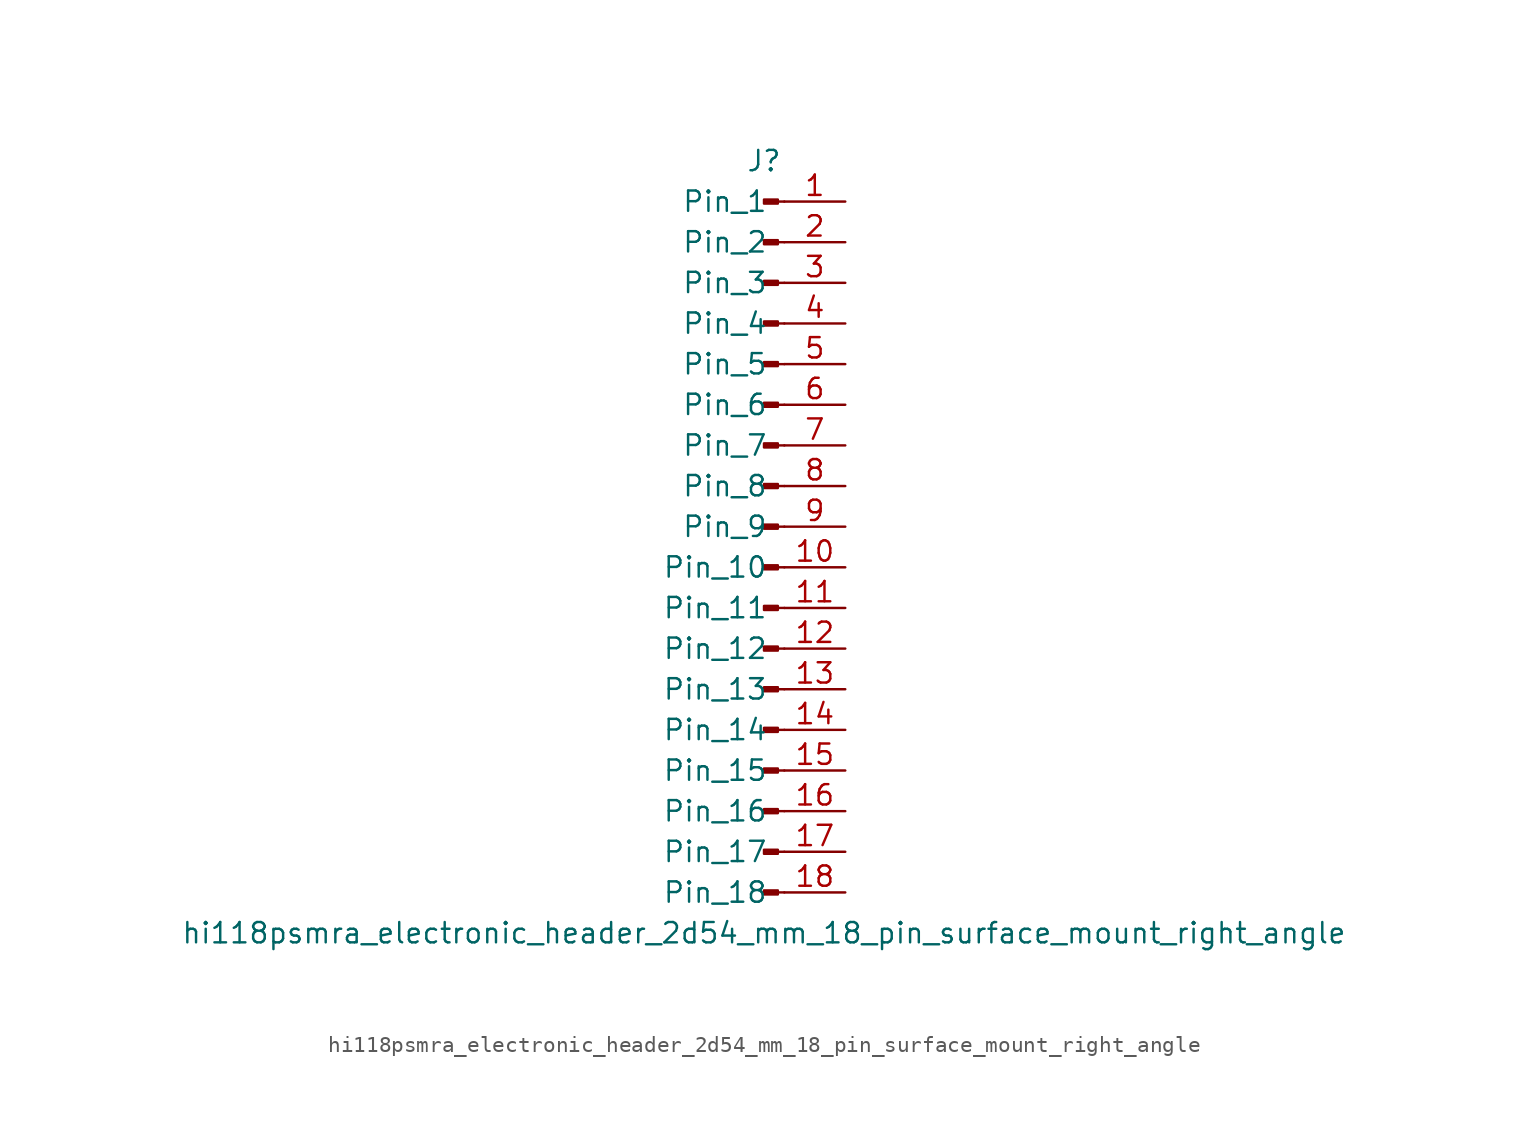
<source format=kicad_sym>
(kicad_symbol_lib
  (version 20220914)
  (generator kicad_symbol_editor)
  (symbol "hi118psmra_electronic_header_2d54_mm_18_pin_surface_mount_right_angle"
    (pin_names
      (offset 1.016))
    (property "Reference" "J"
      (at 0 22.86 0)
      (effects (font (size 1.27 1.27))))
    (property "Value" "hi118psmra_electronic_header_2d54_mm_18_pin_surface_mount_right_angle"
      (at 0 -25.4 0)
      (effects (font (size 1.27 1.27))))
    (property "ki_locked" ""
      (at 0 0 0)
      (effects (font (size 1.27 1.27))))
    (symbol "hi118psmra_electronic_header_2d54_mm_18_pin_surface_mount_right_angle_1_1"
      (polyline (pts (xy 1.27 -22.86) (xy 0.864 -22.86)) (stroke (width 0.152) (type default)) (fill (type none)))
      (polyline (pts (xy 1.27 -20.32) (xy 0.864 -20.32)) (stroke (width 0.152) (type default)) (fill (type none)))
      (polyline (pts (xy 1.27 -17.78) (xy 0.864 -17.78)) (stroke (width 0.152) (type default)) (fill (type none)))
      (polyline (pts (xy 1.27 -15.24) (xy 0.864 -15.24)) (stroke (width 0.152) (type default)) (fill (type none)))
      (polyline (pts (xy 1.27 -12.7) (xy 0.864 -12.7)) (stroke (width 0.152) (type default)) (fill (type none)))
      (polyline (pts (xy 1.27 -10.16) (xy 0.864 -10.16)) (stroke (width 0.152) (type default)) (fill (type none)))
      (polyline (pts (xy 1.27 -7.62) (xy 0.864 -7.62)) (stroke (width 0.152) (type default)) (fill (type none)))
      (polyline (pts (xy 1.27 -5.08) (xy 0.864 -5.08)) (stroke (width 0.152) (type default)) (fill (type none)))
      (polyline (pts (xy 1.27 -2.54) (xy 0.864 -2.54)) (stroke (width 0.152) (type default)) (fill (type none)))
      (polyline (pts (xy 1.27 0) (xy 0.864 0)) (stroke (width 0.152) (type default)) (fill (type none)))
      (polyline (pts (xy 1.27 2.54) (xy 0.864 2.54)) (stroke (width 0.152) (type default)) (fill (type none)))
      (polyline (pts (xy 1.27 5.08) (xy 0.864 5.08)) (stroke (width 0.152) (type default)) (fill (type none)))
      (polyline (pts (xy 1.27 7.62) (xy 0.864 7.62)) (stroke (width 0.152) (type default)) (fill (type none)))
      (polyline (pts (xy 1.27 10.16) (xy 0.864 10.16)) (stroke (width 0.152) (type default)) (fill (type none)))
      (polyline (pts (xy 1.27 12.7) (xy 0.864 12.7)) (stroke (width 0.152) (type default)) (fill (type none)))
      (polyline (pts (xy 1.27 15.24) (xy 0.864 15.24)) (stroke (width 0.152) (type default)) (fill (type none)))
      (polyline (pts (xy 1.27 17.78) (xy 0.864 17.78)) (stroke (width 0.152) (type default)) (fill (type none)))
      (polyline (pts (xy 1.27 20.32) (xy 0.864 20.32)) (stroke (width 0.152) (type default)) (fill (type none)))
      (rectangle (start 0.864 -22.733) (end 0 -22.987) (stroke (width 0.152) (type default)) (fill (type outline)))
      (rectangle (start 0.864 -20.193) (end 0 -20.447) (stroke (width 0.152) (type default)) (fill (type outline)))
      (rectangle (start 0.864 -17.653) (end 0 -17.907) (stroke (width 0.152) (type default)) (fill (type outline)))
      (rectangle (start 0.864 -15.113) (end 0 -15.367) (stroke (width 0.152) (type default)) (fill (type outline)))
      (rectangle (start 0.864 -12.573) (end 0 -12.827) (stroke (width 0.152) (type default)) (fill (type outline)))
      (rectangle (start 0.864 -10.033) (end 0 -10.287) (stroke (width 0.152) (type default)) (fill (type outline)))
      (rectangle (start 0.864 -7.493) (end 0 -7.747) (stroke (width 0.152) (type default)) (fill (type outline)))
      (rectangle (start 0.864 -4.953) (end 0 -5.207) (stroke (width 0.152) (type default)) (fill (type outline)))
      (rectangle (start 0.864 -2.413) (end 0 -2.667) (stroke (width 0.152) (type default)) (fill (type outline)))
      (rectangle (start 0.864 0.127) (end 0 -0.127) (stroke (width 0.152) (type default)) (fill (type outline)))
      (rectangle (start 0.864 2.667) (end 0 2.413) (stroke (width 0.152) (type default)) (fill (type outline)))
      (rectangle (start 0.864 5.207) (end 0 4.953) (stroke (width 0.152) (type default)) (fill (type outline)))
      (rectangle (start 0.864 7.747) (end 0 7.493) (stroke (width 0.152) (type default)) (fill (type outline)))
      (rectangle (start 0.864 10.287) (end 0 10.033) (stroke (width 0.152) (type default)) (fill (type outline)))
      (rectangle (start 0.864 12.827) (end 0 12.573) (stroke (width 0.152) (type default)) (fill (type outline)))
      (rectangle (start 0.864 15.367) (end 0 15.113) (stroke (width 0.152) (type default)) (fill (type outline)))
      (rectangle (start 0.864 17.907) (end 0 17.653) (stroke (width 0.152) (type default)) (fill (type outline)))
      (rectangle (start 0.864 20.447) (end 0 20.193) (stroke (width 0.152) (type default)) (fill (type outline)))
      (pin passive line (at 5.08 20.32 180) (length 3.81) (name "Pin_1" (effects (font (size 1.27 1.27)))) (number "1" (effects (font (size 1.27 1.27)))))
      (pin passive line (at 5.08 -2.54 180) (length 3.81) (name "Pin_10" (effects (font (size 1.27 1.27)))) (number "10" (effects (font (size 1.27 1.27)))))
      (pin passive line (at 5.08 -5.08 180) (length 3.81) (name "Pin_11" (effects (font (size 1.27 1.27)))) (number "11" (effects (font (size 1.27 1.27)))))
      (pin passive line (at 5.08 -7.62 180) (length 3.81) (name "Pin_12" (effects (font (size 1.27 1.27)))) (number "12" (effects (font (size 1.27 1.27)))))
      (pin passive line (at 5.08 -10.16 180) (length 3.81) (name "Pin_13" (effects (font (size 1.27 1.27)))) (number "13" (effects (font (size 1.27 1.27)))))
      (pin passive line (at 5.08 -12.7 180) (length 3.81) (name "Pin_14" (effects (font (size 1.27 1.27)))) (number "14" (effects (font (size 1.27 1.27)))))
      (pin passive line (at 5.08 -15.24 180) (length 3.81) (name "Pin_15" (effects (font (size 1.27 1.27)))) (number "15" (effects (font (size 1.27 1.27)))))
      (pin passive line (at 5.08 -17.78 180) (length 3.81) (name "Pin_16" (effects (font (size 1.27 1.27)))) (number "16" (effects (font (size 1.27 1.27)))))
      (pin passive line (at 5.08 -20.32 180) (length 3.81) (name "Pin_17" (effects (font (size 1.27 1.27)))) (number "17" (effects (font (size 1.27 1.27)))))
      (pin passive line (at 5.08 -22.86 180) (length 3.81) (name "Pin_18" (effects (font (size 1.27 1.27)))) (number "18" (effects (font (size 1.27 1.27)))))
      (pin passive line (at 5.08 17.78 180) (length 3.81) (name "Pin_2" (effects (font (size 1.27 1.27)))) (number "2" (effects (font (size 1.27 1.27)))))
      (pin passive line (at 5.08 15.24 180) (length 3.81) (name "Pin_3" (effects (font (size 1.27 1.27)))) (number "3" (effects (font (size 1.27 1.27)))))
      (pin passive line (at 5.08 12.7 180) (length 3.81) (name "Pin_4" (effects (font (size 1.27 1.27)))) (number "4" (effects (font (size 1.27 1.27)))))
      (pin passive line (at 5.08 10.16 180) (length 3.81) (name "Pin_5" (effects (font (size 1.27 1.27)))) (number "5" (effects (font (size 1.27 1.27)))))
      (pin passive line (at 5.08 7.62 180) (length 3.81) (name "Pin_6" (effects (font (size 1.27 1.27)))) (number "6" (effects (font (size 1.27 1.27)))))
      (pin passive line (at 5.08 5.08 180) (length 3.81) (name "Pin_7" (effects (font (size 1.27 1.27)))) (number "7" (effects (font (size 1.27 1.27)))))
      (pin passive line (at 5.08 2.54 180) (length 3.81) (name "Pin_8" (effects (font (size 1.27 1.27)))) (number "8" (effects (font (size 1.27 1.27)))))
      (pin passive line (at 5.08 0 180) (length 3.81) (name "Pin_9" (effects (font (size 1.27 1.27)))) (number "9" (effects (font (size 1.27 1.27))))))))
</source>
